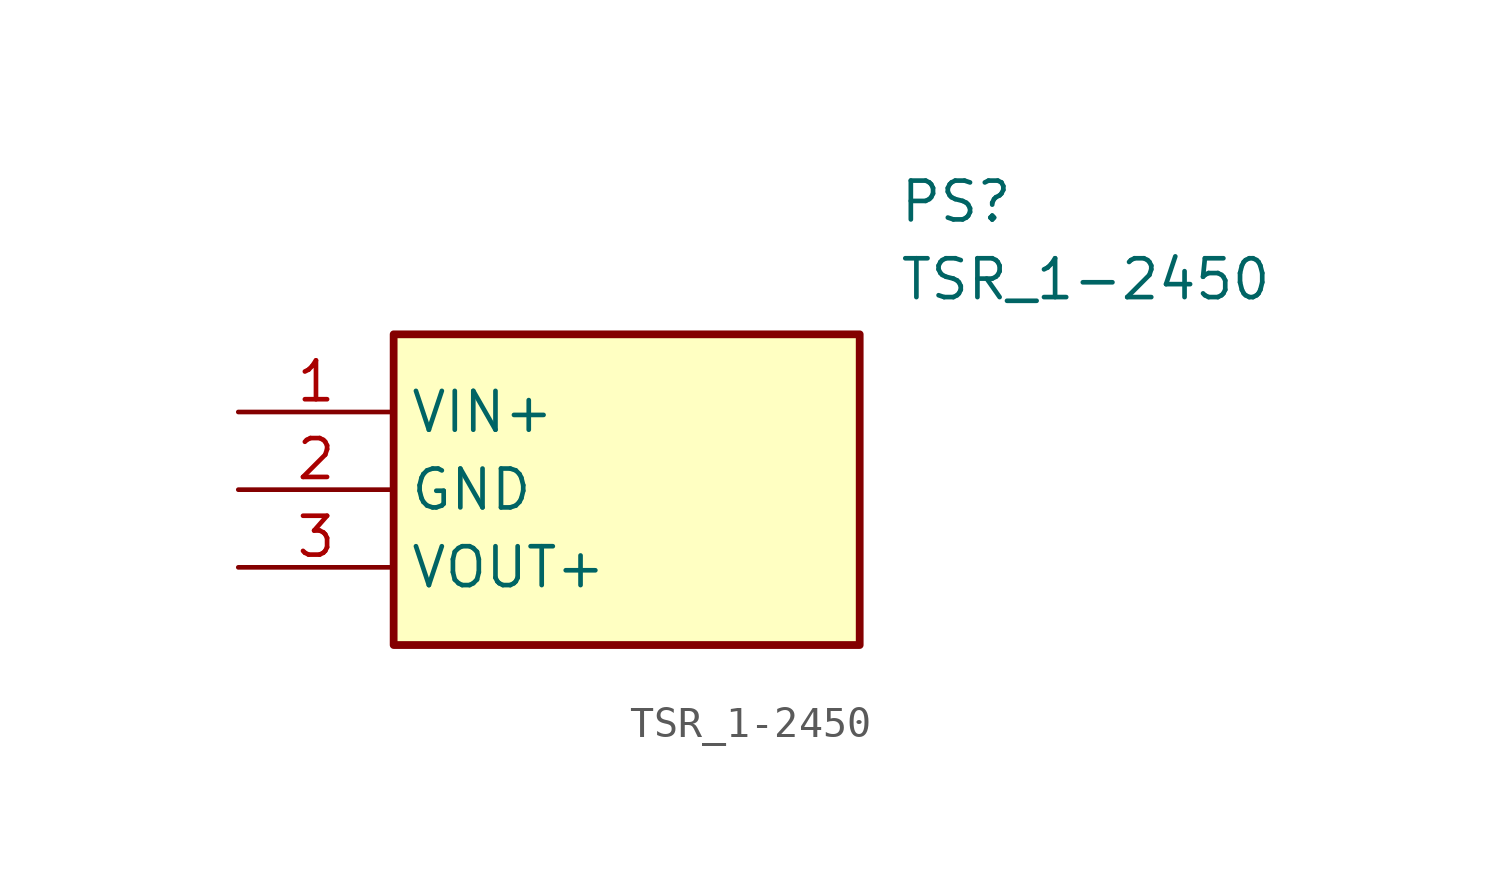
<source format=kicad_sym>
(kicad_symbol_lib
  (version 20211014)
  (generator SamacSys_ECAD_Model)
  (symbol "TSR_1-2450"
    (property "Reference" "PS"
      (at 21.59 7.62 0)
      (effects (font (size 1.27 1.27)) (justify left top)))
    (property "Value" "TSR_1-2450"
      (at 21.59 5.08 0)
      (effects (font (size 1.27 1.27)) (justify left top)))
    (rectangle
      (start 5.08 2.54)
      (end 20.32 -7.62)
      (stroke (width 0.254) (type default))
      (fill (type background)))
    (pin input line
      (at 0 0 0)
      (length 5.08)
      (name "VIN+" (effects (font (size 1.27 1.27))))
      (number "1" (effects (font (size 1.27 1.27)))))
    (pin power_in line
      (at 0 -2.54 0)
      (length 5.08)
      (name "GND" (effects (font (size 1.27 1.27))))
      (number "2" (effects (font (size 1.27 1.27)))))
    (pin input line
      (at 0 -5.08 0)
      (length 5.08)
      (name "VOUT+" (effects (font (size 1.27 1.27))))
      (number "3" (effects (font (size 1.27 1.27)))))))
</source>
